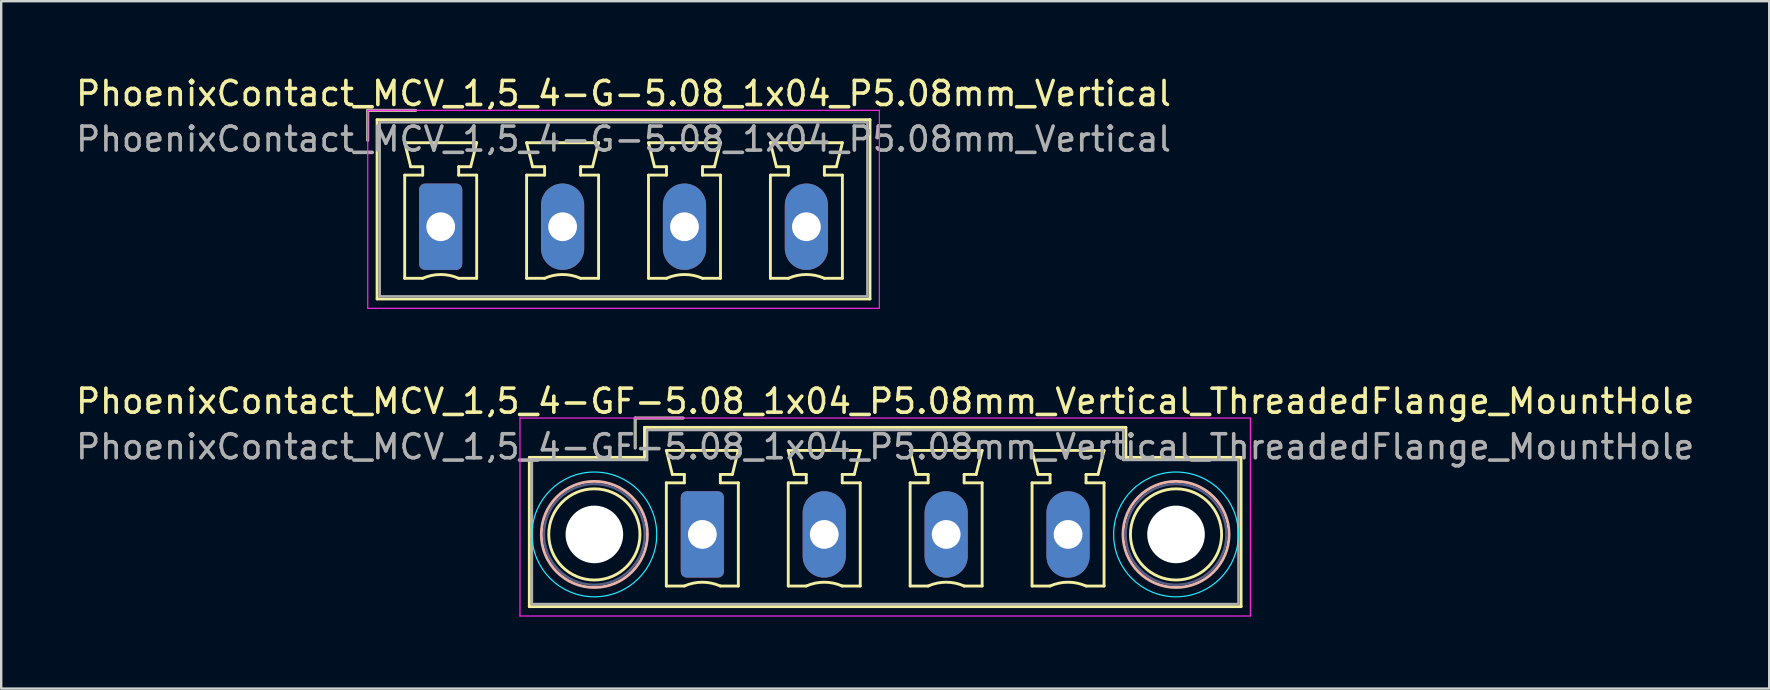
<source format=kicad_pcb>
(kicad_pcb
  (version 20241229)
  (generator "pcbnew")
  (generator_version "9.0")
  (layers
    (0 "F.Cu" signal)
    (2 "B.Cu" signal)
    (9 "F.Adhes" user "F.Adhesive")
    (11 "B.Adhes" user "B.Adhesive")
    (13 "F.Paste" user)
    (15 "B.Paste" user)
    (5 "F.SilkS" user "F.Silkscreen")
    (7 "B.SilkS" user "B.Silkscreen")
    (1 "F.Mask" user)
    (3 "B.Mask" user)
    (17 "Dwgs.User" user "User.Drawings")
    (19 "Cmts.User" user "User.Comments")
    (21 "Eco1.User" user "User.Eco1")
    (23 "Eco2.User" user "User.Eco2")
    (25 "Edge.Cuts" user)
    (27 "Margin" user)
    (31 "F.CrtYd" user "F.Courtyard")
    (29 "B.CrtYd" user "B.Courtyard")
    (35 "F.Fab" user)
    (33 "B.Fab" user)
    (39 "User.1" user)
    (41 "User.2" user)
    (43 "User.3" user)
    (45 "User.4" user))
  (footprint "PhoenixContact_MCV_1,5_4-G-5.08_1x04_P5.08mm_Vertical"
    (layer "F.Cu")
    (at 15.315 6.398)
    (property "Reference" "PhoenixContact_MCV_1,5_4-G-5.08_1x04_P5.08mm_Vertical" (at 7.62 -5.55 0) (layer "F.SilkS") (effects (font (size 1 1) (thickness 0.15))))
    (attr through_hole)
    (fp_line (start -3.04 -4.85) (end -1.04 -4.85) (stroke (width 0.12) (type solid)) (layer "F.SilkS"))
    (fp_line (start -3.04 -3.6) (end -3.04 -4.85) (stroke (width 0.12) (type solid)) (layer "F.SilkS"))
    (fp_line (start -2.65 -4.46) (end -2.65 3.01) (stroke (width 0.12) (type solid)) (layer "F.SilkS"))
    (fp_line (start -2.65 3.01) (end 17.89 3.01) (stroke (width 0.12) (type solid)) (layer "F.SilkS"))
    (fp_line (start -1.5 -3.5) (end 1.5 -3.5) (stroke (width 0.12) (type solid)) (layer "F.SilkS"))
    (fp_line (start -1.5 -2.15) (end -0.75 -2.15) (stroke (width 0.12) (type solid)) (layer "F.SilkS"))
    (fp_line (start -1.5 2.15) (end -1.5 -2.15) (stroke (width 0.12) (type solid)) (layer "F.SilkS"))
    (fp_line (start -1.25 -2.5) (end -1.5 -3.5) (stroke (width 0.12) (type solid)) (layer "F.SilkS"))
    (fp_line (start -0.75 -2.5) (end -1.25 -2.5) (stroke (width 0.12) (type solid)) (layer "F.SilkS"))
    (fp_line (start -0.75 -2.15) (end -0.75 -2.5) (stroke (width 0.12) (type solid)) (layer "F.SilkS"))
    (fp_line (start -0.75 2.15) (end -1.5 2.15) (stroke (width 0.12) (type solid)) (layer "F.SilkS"))
    (fp_line (start 0.75 -2.5) (end 0.75 -2.15) (stroke (width 0.12) (type solid)) (layer "F.SilkS"))
    (fp_line (start 0.75 -2.15) (end 1.5 -2.15) (stroke (width 0.12) (type solid)) (layer "F.SilkS"))
    (fp_line (start 1.25 -2.5) (end 0.75 -2.5) (stroke (width 0.12) (type solid)) (layer "F.SilkS"))
    (fp_line (start 1.5 -3.5) (end 1.25 -2.5) (stroke (width 0.12) (type solid)) (layer "F.SilkS"))
    (fp_line (start 1.5 -2.15) (end 1.5 2.15) (stroke (width 0.12) (type solid)) (layer "F.SilkS"))
    (fp_line (start 1.5 2.15) (end 0.75 2.15) (stroke (width 0.12) (type solid)) (layer "F.SilkS"))
    (fp_line (start 3.58 -3.5) (end 6.58 -3.5) (stroke (width 0.12) (type solid)) (layer "F.SilkS"))
    (fp_line (start 3.58 -2.15) (end 4.33 -2.15) (stroke (width 0.12) (type solid)) (layer "F.SilkS"))
    (fp_line (start 3.58 2.15) (end 3.58 -2.15) (stroke (width 0.12) (type solid)) (layer "F.SilkS"))
    (fp_line (start 3.83 -2.5) (end 3.58 -3.5) (stroke (width 0.12) (type solid)) (layer "F.SilkS"))
    (fp_line (start 4.33 -2.5) (end 3.83 -2.5) (stroke (width 0.12) (type solid)) (layer "F.SilkS"))
    (fp_line (start 4.33 -2.15) (end 4.33 -2.5) (stroke (width 0.12) (type solid)) (layer "F.SilkS"))
    (fp_line (start 4.33 2.15) (end 3.58 2.15) (stroke (width 0.12) (type solid)) (layer "F.SilkS"))
    (fp_line (start 5.83 -2.5) (end 5.83 -2.15) (stroke (width 0.12) (type solid)) (layer "F.SilkS"))
    (fp_line (start 5.83 -2.15) (end 6.58 -2.15) (stroke (width 0.12) (type solid)) (layer "F.SilkS"))
    (fp_line (start 6.33 -2.5) (end 5.83 -2.5) (stroke (width 0.12) (type solid)) (layer "F.SilkS"))
    (fp_line (start 6.58 -3.5) (end 6.33 -2.5) (stroke (width 0.12) (type solid)) (layer "F.SilkS"))
    (fp_line (start 6.58 -2.15) (end 6.58 2.15) (stroke (width 0.12) (type solid)) (layer "F.SilkS"))
    (fp_line (start 6.58 2.15) (end 5.83 2.15) (stroke (width 0.12) (type solid)) (layer "F.SilkS"))
    (fp_line (start 8.66 -3.5) (end 11.66 -3.5) (stroke (width 0.12) (type solid)) (layer "F.SilkS"))
    (fp_line (start 8.66 -2.15) (end 9.41 -2.15) (stroke (width 0.12) (type solid)) (layer "F.SilkS"))
    (fp_line (start 8.66 2.15) (end 8.66 -2.15) (stroke (width 0.12) (type solid)) (layer "F.SilkS"))
    (fp_line (start 8.91 -2.5) (end 8.66 -3.5) (stroke (width 0.12) (type solid)) (layer "F.SilkS"))
    (fp_line (start 9.41 -2.5) (end 8.91 -2.5) (stroke (width 0.12) (type solid)) (layer "F.SilkS"))
    (fp_line (start 9.41 -2.15) (end 9.41 -2.5) (stroke (width 0.12) (type solid)) (layer "F.SilkS"))
    (fp_line (start 9.41 2.15) (end 8.66 2.15) (stroke (width 0.12) (type solid)) (layer "F.SilkS"))
    (fp_line (start 10.91 -2.5) (end 10.91 -2.15) (stroke (width 0.12) (type solid)) (layer "F.SilkS"))
    (fp_line (start 10.91 -2.15) (end 11.66 -2.15) (stroke (width 0.12) (type solid)) (layer "F.SilkS"))
    (fp_line (start 11.41 -2.5) (end 10.91 -2.5) (stroke (width 0.12) (type solid)) (layer "F.SilkS"))
    (fp_line (start 11.66 -3.5) (end 11.41 -2.5) (stroke (width 0.12) (type solid)) (layer "F.SilkS"))
    (fp_line (start 11.66 -2.15) (end 11.66 2.15) (stroke (width 0.12) (type solid)) (layer "F.SilkS"))
    (fp_line (start 11.66 2.15) (end 10.91 2.15) (stroke (width 0.12) (type solid)) (layer "F.SilkS"))
    (fp_line (start 13.74 -3.5) (end 16.74 -3.5) (stroke (width 0.12) (type solid)) (layer "F.SilkS"))
    (fp_line (start 13.74 -2.15) (end 14.49 -2.15) (stroke (width 0.12) (type solid)) (layer "F.SilkS"))
    (fp_line (start 13.74 2.15) (end 13.74 -2.15) (stroke (width 0.12) (type solid)) (layer "F.SilkS"))
    (fp_line (start 13.99 -2.5) (end 13.74 -3.5) (stroke (width 0.12) (type solid)) (layer "F.SilkS"))
    (fp_line (start 14.49 -2.5) (end 13.99 -2.5) (stroke (width 0.12) (type solid)) (layer "F.SilkS"))
    (fp_line (start 14.49 -2.15) (end 14.49 -2.5) (stroke (width 0.12) (type solid)) (layer "F.SilkS"))
    (fp_line (start 14.49 2.15) (end 13.74 2.15) (stroke (width 0.12) (type solid)) (layer "F.SilkS"))
    (fp_line (start 15.99 -2.5) (end 15.99 -2.15) (stroke (width 0.12) (type solid)) (layer "F.SilkS"))
    (fp_line (start 15.99 -2.15) (end 16.74 -2.15) (stroke (width 0.12) (type solid)) (layer "F.SilkS"))
    (fp_line (start 16.49 -2.5) (end 15.99 -2.5) (stroke (width 0.12) (type solid)) (layer "F.SilkS"))
    (fp_line (start 16.74 -3.5) (end 16.49 -2.5) (stroke (width 0.12) (type solid)) (layer "F.SilkS"))
    (fp_line (start 16.74 -2.15) (end 16.74 2.15) (stroke (width 0.12) (type solid)) (layer "F.SilkS"))
    (fp_line (start 16.74 2.15) (end 15.99 2.15) (stroke (width 0.12) (type solid)) (layer "F.SilkS"))
    (fp_line (start 17.89 -4.46) (end -2.65 -4.46) (stroke (width 0.12) (type solid)) (layer "F.SilkS"))
    (fp_line (start 17.89 3.01) (end 17.89 -4.46) (stroke (width 0.12) (type solid)) (layer "F.SilkS"))
    (fp_arc (start -0.75 2.15) (mid -0.000193 1.99191) (end 0.749647 2.149844) (stroke (width 0.12) (type solid)) (layer "F.SilkS"))
    (fp_arc (start 4.33 2.15) (mid 5.079807 1.99191) (end 5.829647 2.149844) (stroke (width 0.12) (type solid)) (layer "F.SilkS"))
    (fp_arc (start 9.41 2.15) (mid 10.159807 1.99191) (end 10.909647 2.149844) (stroke (width 0.12) (type solid)) (layer "F.SilkS"))
    (fp_arc (start 14.49 2.15) (mid 15.239807 1.99191) (end 15.989647 2.149844) (stroke (width 0.12) (type solid)) (layer "F.SilkS"))
    (fp_line (start -3.04 -4.85) (end -3.04 3.4) (stroke (width 0.05) (type solid)) (layer "F.CrtYd"))
    (fp_line (start -3.04 3.4) (end 18.28 3.4) (stroke (width 0.05) (type solid)) (layer "F.CrtYd"))
    (fp_line (start 18.28 -4.85) (end -3.04 -4.85) (stroke (width 0.05) (type solid)) (layer "F.CrtYd"))
    (fp_line (start 18.28 3.4) (end 18.28 -4.85) (stroke (width 0.05) (type solid)) (layer "F.CrtYd"))
    (fp_line (start -3.04 -4.85) (end -1.04 -4.85) (stroke (width 0.1) (type solid)) (layer "F.Fab"))
    (fp_line (start -3.04 -3.6) (end -3.04 -4.85) (stroke (width 0.1) (type solid)) (layer "F.Fab"))
    (fp_line (start -2.54 -4.35) (end -2.54 2.9) (stroke (width 0.1) (type solid)) (layer "F.Fab"))
    (fp_line (start -2.54 2.9) (end 17.78 2.9) (stroke (width 0.1) (type solid)) (layer "F.Fab"))
    (fp_line (start 17.78 -4.35) (end -2.54 -4.35) (stroke (width 0.1) (type solid)) (layer "F.Fab"))
    (fp_line (start 17.78 2.9) (end 17.78 -4.35) (stroke (width 0.1) (type solid)) (layer "F.Fab"))
    (fp_text user "${REFERENCE}" (at 7.62 -3.65 0) (layer "F.Fab") (effects (font (size 1 1) (thickness 0.15))))
    (pad "1" thru_hole roundrect (at 0 0) (size 1.8 3.6) (drill 1.2) (layers "*.Cu" "*.Mask") (roundrect_rratio 0.139))
    (pad "2" thru_hole oval (at 5.08 0) (size 1.8 3.6) (drill 1.2) (layers "*.Cu" "*.Mask"))
    (pad "3" thru_hole oval (at 10.16 0) (size 1.8 3.6) (drill 1.2) (layers "*.Cu" "*.Mask"))
    (pad "4" thru_hole oval (at 15.24 0) (size 1.8 3.6) (drill 1.2) (layers "*.Cu" "*.Mask")))
  (footprint "PhoenixContact_MCV_1,5_4-GF-5.08_1x04_P5.08mm_Vertical_ThreadedFlange_MountHole"
    (layer "F.Cu")
    (at 26.219 19.221)
    (property "Reference" "PhoenixContact_MCV_1,5_4-GF-5.08_1x04_P5.08mm_Vertical_ThreadedFlange_MountHole" (at 7.62 -5.55 0) (layer "F.SilkS") (effects (font (size 1 1) (thickness 0.15))))
    (attr through_hole)
    (fp_line (start -7.21 -3.21) (end -7.21 3.01) (stroke (width 0.12) (type solid)) (layer "F.SilkS"))
    (fp_line (start -7.21 3.01) (end 22.45 3.01) (stroke (width 0.12) (type solid)) (layer "F.SilkS"))
    (fp_line (start -2.8 -4.85) (end -0.8 -4.85) (stroke (width 0.12) (type solid)) (layer "F.SilkS"))
    (fp_line (start -2.8 -3.6) (end -2.8 -4.85) (stroke (width 0.12) (type solid)) (layer "F.SilkS"))
    (fp_line (start -2.41 -4.46) (end -2.41 -3.21) (stroke (width 0.12) (type solid)) (layer "F.SilkS"))
    (fp_line (start -2.41 -3.21) (end -7.21 -3.21) (stroke (width 0.12) (type solid)) (layer "F.SilkS"))
    (fp_line (start -1.5 -3.5) (end 1.5 -3.5) (stroke (width 0.12) (type solid)) (layer "F.SilkS"))
    (fp_line (start -1.5 -2.15) (end -0.75 -2.15) (stroke (width 0.12) (type solid)) (layer "F.SilkS"))
    (fp_line (start -1.5 2.15) (end -1.5 -2.15) (stroke (width 0.12) (type solid)) (layer "F.SilkS"))
    (fp_line (start -1.25 -2.5) (end -1.5 -3.5) (stroke (width 0.12) (type solid)) (layer "F.SilkS"))
    (fp_line (start -0.75 -2.5) (end -1.25 -2.5) (stroke (width 0.12) (type solid)) (layer "F.SilkS"))
    (fp_line (start -0.75 -2.15) (end -0.75 -2.5) (stroke (width 0.12) (type solid)) (layer "F.SilkS"))
    (fp_line (start -0.75 2.15) (end -1.5 2.15) (stroke (width 0.12) (type solid)) (layer "F.SilkS"))
    (fp_line (start 0.75 -2.5) (end 0.75 -2.15) (stroke (width 0.12) (type solid)) (layer "F.SilkS"))
    (fp_line (start 0.75 -2.15) (end 1.5 -2.15) (stroke (width 0.12) (type solid)) (layer "F.SilkS"))
    (fp_line (start 1.25 -2.5) (end 0.75 -2.5) (stroke (width 0.12) (type solid)) (layer "F.SilkS"))
    (fp_line (start 1.5 -3.5) (end 1.25 -2.5) (stroke (width 0.12) (type solid)) (layer "F.SilkS"))
    (fp_line (start 1.5 -2.15) (end 1.5 2.15) (stroke (width 0.12) (type solid)) (layer "F.SilkS"))
    (fp_line (start 1.5 2.15) (end 0.75 2.15) (stroke (width 0.12) (type solid)) (layer "F.SilkS"))
    (fp_line (start 3.58 -3.5) (end 6.58 -3.5) (stroke (width 0.12) (type solid)) (layer "F.SilkS"))
    (fp_line (start 3.58 -2.15) (end 4.33 -2.15) (stroke (width 0.12) (type solid)) (layer "F.SilkS"))
    (fp_line (start 3.58 2.15) (end 3.58 -2.15) (stroke (width 0.12) (type solid)) (layer "F.SilkS"))
    (fp_line (start 3.83 -2.5) (end 3.58 -3.5) (stroke (width 0.12) (type solid)) (layer "F.SilkS"))
    (fp_line (start 4.33 -2.5) (end 3.83 -2.5) (stroke (width 0.12) (type solid)) (layer "F.SilkS"))
    (fp_line (start 4.33 -2.15) (end 4.33 -2.5) (stroke (width 0.12) (type solid)) (layer "F.SilkS"))
    (fp_line (start 4.33 2.15) (end 3.58 2.15) (stroke (width 0.12) (type solid)) (layer "F.SilkS"))
    (fp_line (start 5.83 -2.5) (end 5.83 -2.15) (stroke (width 0.12) (type solid)) (layer "F.SilkS"))
    (fp_line (start 5.83 -2.15) (end 6.58 -2.15) (stroke (width 0.12) (type solid)) (layer "F.SilkS"))
    (fp_line (start 6.33 -2.5) (end 5.83 -2.5) (stroke (width 0.12) (type solid)) (layer "F.SilkS"))
    (fp_line (start 6.58 -3.5) (end 6.33 -2.5) (stroke (width 0.12) (type solid)) (layer "F.SilkS"))
    (fp_line (start 6.58 -2.15) (end 6.58 2.15) (stroke (width 0.12) (type solid)) (layer "F.SilkS"))
    (fp_line (start 6.58 2.15) (end 5.83 2.15) (stroke (width 0.12) (type solid)) (layer "F.SilkS"))
    (fp_line (start 8.66 -3.5) (end 11.66 -3.5) (stroke (width 0.12) (type solid)) (layer "F.SilkS"))
    (fp_line (start 8.66 -2.15) (end 9.41 -2.15) (stroke (width 0.12) (type solid)) (layer "F.SilkS"))
    (fp_line (start 8.66 2.15) (end 8.66 -2.15) (stroke (width 0.12) (type solid)) (layer "F.SilkS"))
    (fp_line (start 8.91 -2.5) (end 8.66 -3.5) (stroke (width 0.12) (type solid)) (layer "F.SilkS"))
    (fp_line (start 9.41 -2.5) (end 8.91 -2.5) (stroke (width 0.12) (type solid)) (layer "F.SilkS"))
    (fp_line (start 9.41 -2.15) (end 9.41 -2.5) (stroke (width 0.12) (type solid)) (layer "F.SilkS"))
    (fp_line (start 9.41 2.15) (end 8.66 2.15) (stroke (width 0.12) (type solid)) (layer "F.SilkS"))
    (fp_line (start 10.91 -2.5) (end 10.91 -2.15) (stroke (width 0.12) (type solid)) (layer "F.SilkS"))
    (fp_line (start 10.91 -2.15) (end 11.66 -2.15) (stroke (width 0.12) (type solid)) (layer "F.SilkS"))
    (fp_line (start 11.41 -2.5) (end 10.91 -2.5) (stroke (width 0.12) (type solid)) (layer "F.SilkS"))
    (fp_line (start 11.66 -3.5) (end 11.41 -2.5) (stroke (width 0.12) (type solid)) (layer "F.SilkS"))
    (fp_line (start 11.66 -2.15) (end 11.66 2.15) (stroke (width 0.12) (type solid)) (layer "F.SilkS"))
    (fp_line (start 11.66 2.15) (end 10.91 2.15) (stroke (width 0.12) (type solid)) (layer "F.SilkS"))
    (fp_line (start 13.74 -3.5) (end 16.74 -3.5) (stroke (width 0.12) (type solid)) (layer "F.SilkS"))
    (fp_line (start 13.74 -2.15) (end 14.49 -2.15) (stroke (width 0.12) (type solid)) (layer "F.SilkS"))
    (fp_line (start 13.74 2.15) (end 13.74 -2.15) (stroke (width 0.12) (type solid)) (layer "F.SilkS"))
    (fp_line (start 13.99 -2.5) (end 13.74 -3.5) (stroke (width 0.12) (type solid)) (layer "F.SilkS"))
    (fp_line (start 14.49 -2.5) (end 13.99 -2.5) (stroke (width 0.12) (type solid)) (layer "F.SilkS"))
    (fp_line (start 14.49 -2.15) (end 14.49 -2.5) (stroke (width 0.12) (type solid)) (layer "F.SilkS"))
    (fp_line (start 14.49 2.15) (end 13.74 2.15) (stroke (width 0.12) (type solid)) (layer "F.SilkS"))
    (fp_line (start 15.99 -2.5) (end 15.99 -2.15) (stroke (width 0.12) (type solid)) (layer "F.SilkS"))
    (fp_line (start 15.99 -2.15) (end 16.74 -2.15) (stroke (width 0.12) (type solid)) (layer "F.SilkS"))
    (fp_line (start 16.49 -2.5) (end 15.99 -2.5) (stroke (width 0.12) (type solid)) (layer "F.SilkS"))
    (fp_line (start 16.74 -3.5) (end 16.49 -2.5) (stroke (width 0.12) (type solid)) (layer "F.SilkS"))
    (fp_line (start 16.74 -2.15) (end 16.74 2.15) (stroke (width 0.12) (type solid)) (layer "F.SilkS"))
    (fp_line (start 16.74 2.15) (end 15.99 2.15) (stroke (width 0.12) (type solid)) (layer "F.SilkS"))
    (fp_line (start 17.65 -4.46) (end -2.41 -4.46) (stroke (width 0.12) (type solid)) (layer "F.SilkS"))
    (fp_line (start 17.65 -3.21) (end 17.65 -4.46) (stroke (width 0.12) (type solid)) (layer "F.SilkS"))
    (fp_line (start 22.45 -3.21) (end 17.65 -3.21) (stroke (width 0.12) (type solid)) (layer "F.SilkS"))
    (fp_line (start 22.45 3.01) (end 22.45 -3.21) (stroke (width 0.12) (type solid)) (layer "F.SilkS"))
    (fp_arc (start -0.75 2.15) (mid -0.000193 1.99191) (end 0.749647 2.149844) (stroke (width 0.12) (type solid)) (layer "F.SilkS"))
    (fp_arc (start 4.33 2.15) (mid 5.079807 1.99191) (end 5.829647 2.149844) (stroke (width 0.12) (type solid)) (layer "F.SilkS"))
    (fp_arc (start 9.41 2.15) (mid 10.159807 1.99191) (end 10.909647 2.149844) (stroke (width 0.12) (type solid)) (layer "F.SilkS"))
    (fp_arc (start 14.49 2.15) (mid 15.239807 1.99191) (end 15.989647 2.149844) (stroke (width 0.12) (type solid)) (layer "F.SilkS"))
    (fp_circle (center -4.5 0) (end -2.6 0) (stroke (width 0.12) (type solid)) (fill no) (layer "F.SilkS"))
    (fp_circle (center 19.74 0) (end 21.64 0) (stroke (width 0.12) (type solid)) (fill no) (layer "F.SilkS"))
    (fp_circle (center -4.5 0) (end -2.29 0) (stroke (width 0.12) (type solid)) (fill no) (layer "B.SilkS"))
    (fp_circle (center 19.74 0) (end 21.95 0) (stroke (width 0.12) (type solid)) (fill no) (layer "B.SilkS"))
    (fp_circle (center -4.5 0) (end -1.9 0) (stroke (width 0.05) (type solid)) (fill no) (layer "B.CrtYd"))
    (fp_circle (center 19.74 0) (end 22.34 0) (stroke (width 0.05) (type solid)) (fill no) (layer "B.CrtYd"))
    (fp_line (start -7.6 -4.85) (end -7.6 3.4) (stroke (width 0.05) (type solid)) (layer "F.CrtYd"))
    (fp_line (start -7.6 3.4) (end 22.84 3.4) (stroke (width 0.05) (type solid)) (layer "F.CrtYd"))
    (fp_line (start 22.84 -4.85) (end -7.6 -4.85) (stroke (width 0.05) (type solid)) (layer "F.CrtYd"))
    (fp_line (start 22.84 3.4) (end 22.84 -4.85) (stroke (width 0.05) (type solid)) (layer "F.CrtYd"))
    (fp_circle (center -4.5 0) (end -2.4 0) (stroke (width 0.1) (type solid)) (fill no) (layer "B.Fab"))
    (fp_circle (center 19.74 0) (end 21.84 0) (stroke (width 0.1) (type solid)) (fill no) (layer "B.Fab"))
    (fp_line (start -7.1 -3.1) (end -7.1 2.9) (stroke (width 0.1) (type solid)) (layer "F.Fab"))
    (fp_line (start -7.1 2.9) (end 22.34 2.9) (stroke (width 0.1) (type solid)) (layer "F.Fab"))
    (fp_line (start -2.8 -4.85) (end -0.8 -4.85) (stroke (width 0.1) (type solid)) (layer "F.Fab"))
    (fp_line (start -2.8 -3.6) (end -2.8 -4.85) (stroke (width 0.1) (type solid)) (layer "F.Fab"))
    (fp_line (start -2.3 -4.35) (end -2.3 -3.1) (stroke (width 0.1) (type solid)) (layer "F.Fab"))
    (fp_line (start -2.3 -3.1) (end -7.1 -3.1) (stroke (width 0.1) (type solid)) (layer "F.Fab"))
    (fp_line (start 17.54 -4.35) (end -2.3 -4.35) (stroke (width 0.1) (type solid)) (layer "F.Fab"))
    (fp_line (start 17.54 -3.1) (end 17.54 -4.35) (stroke (width 0.1) (type solid)) (layer "F.Fab"))
    (fp_line (start 22.34 -3.1) (end 17.54 -3.1) (stroke (width 0.1) (type solid)) (layer "F.Fab"))
    (fp_line (start 22.34 2.9) (end 22.34 -3.1) (stroke (width 0.1) (type solid)) (layer "F.Fab"))
    (fp_text user "${REFERENCE}" (at 7.62 -3.65 0) (layer "F.Fab") (effects (font (size 1 1) (thickness 0.15))))
    (pad "" np_thru_hole circle (at -4.5 0) (size 2.4 2.4) (drill 2.4) (layers "*.Cu" "*.Mask"))
    (pad "" np_thru_hole circle (at 19.74 0) (size 2.4 2.4) (drill 2.4) (layers "*.Cu" "*.Mask"))
    (pad "1" thru_hole roundrect (at 0 0) (size 1.8 3.6) (drill 1.2) (layers "*.Cu" "*.Mask") (roundrect_rratio 0.139))
    (pad "2" thru_hole oval (at 5.08 0) (size 1.8 3.6) (drill 1.2) (layers "*.Cu" "*.Mask"))
    (pad "3" thru_hole oval (at 10.16 0) (size 1.8 3.6) (drill 1.2) (layers "*.Cu" "*.Mask"))
    (pad "4" thru_hole oval (at 15.24 0) (size 1.8 3.6) (drill 1.2) (layers "*.Cu" "*.Mask")))
  (gr_rect
    (start -3 -3)
    (end 70.679 25.646)
    (stroke (width 0.1) (type default))
    (fill no)
    (layer "Edge.Cuts")))
</source>
